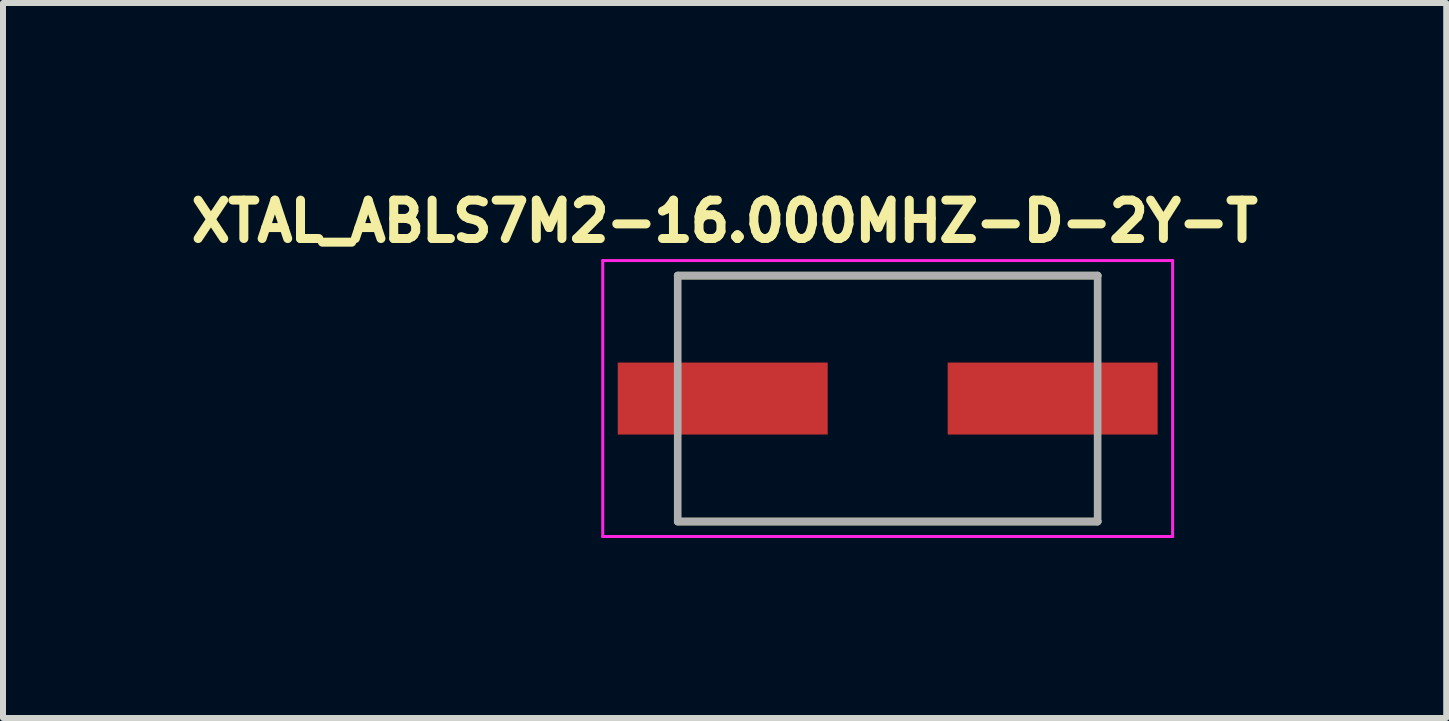
<source format=kicad_pcb>
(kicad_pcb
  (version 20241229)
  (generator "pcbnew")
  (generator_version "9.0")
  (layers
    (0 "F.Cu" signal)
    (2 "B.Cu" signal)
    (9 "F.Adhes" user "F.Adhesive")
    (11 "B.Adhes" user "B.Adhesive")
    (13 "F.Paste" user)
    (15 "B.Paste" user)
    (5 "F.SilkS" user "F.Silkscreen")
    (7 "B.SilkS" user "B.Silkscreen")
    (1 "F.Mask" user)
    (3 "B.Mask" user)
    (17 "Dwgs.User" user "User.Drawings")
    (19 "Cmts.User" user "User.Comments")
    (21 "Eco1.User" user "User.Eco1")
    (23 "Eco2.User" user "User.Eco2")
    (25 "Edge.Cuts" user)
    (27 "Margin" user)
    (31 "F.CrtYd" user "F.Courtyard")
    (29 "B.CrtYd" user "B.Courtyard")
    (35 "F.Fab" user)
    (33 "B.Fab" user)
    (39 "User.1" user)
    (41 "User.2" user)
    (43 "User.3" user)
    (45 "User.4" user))
  (footprint "XTAL_ABLS7M2-16.000MHZ-D-2Y-T"
    (layer "F.Cu")
    (at 11.748 3.594)
    (property "Reference" "XTAL_ABLS7M2-16.000MHZ-D-2Y-T" (at -2.718 -2.956 0) (layer "F.SilkS") (effects (font (size 0.64 0.64) (thickness 0.15))))
    (attr smd)
    (fp_line (start -3.5 -2.05) (end 3.5 -2.05) (stroke (width 0.127) (type solid)) (layer "F.SilkS"))
    (fp_line (start -3.5 2.05) (end 3.5 2.05) (stroke (width 0.127) (type solid)) (layer "F.SilkS"))
    (fp_line (start -4.75 -2.3) (end -4.75 2.3) (stroke (width 0.05) (type solid)) (layer "F.CrtYd"))
    (fp_line (start -4.75 2.3) (end 4.75 2.3) (stroke (width 0.05) (type solid)) (layer "F.CrtYd"))
    (fp_line (start 4.75 -2.3) (end -4.75 -2.3) (stroke (width 0.05) (type solid)) (layer "F.CrtYd"))
    (fp_line (start 4.75 2.3) (end 4.75 -2.3) (stroke (width 0.05) (type solid)) (layer "F.CrtYd"))
    (fp_line (start -3.5 -2.05) (end -3.5 2.05) (stroke (width 0.127) (type solid)) (layer "F.Fab"))
    (fp_line (start -3.5 -2.05) (end 3.5 -2.05) (stroke (width 0.127) (type solid)) (layer "F.Fab"))
    (fp_line (start -3.5 2.05) (end 3.5 2.05) (stroke (width 0.127) (type solid)) (layer "F.Fab"))
    (fp_line (start 3.5 -2.05) (end 3.5 2.05) (stroke (width 0.127) (type solid)) (layer "F.Fab"))
    (pad "1" smd rect (at -2.75 0) (size 3.5 1.2) (layers "F.Cu" "F.Mask" "F.Paste"))
    (pad "2" smd rect (at 2.75 0) (size 3.5 1.2) (layers "F.Cu" "F.Mask" "F.Paste")))
  (gr_rect
    (start -3 -3)
    (end 21.059 8.919)
    (stroke (width 0.1) (type default))
    (fill no)
    (layer "Edge.Cuts")))
</source>
